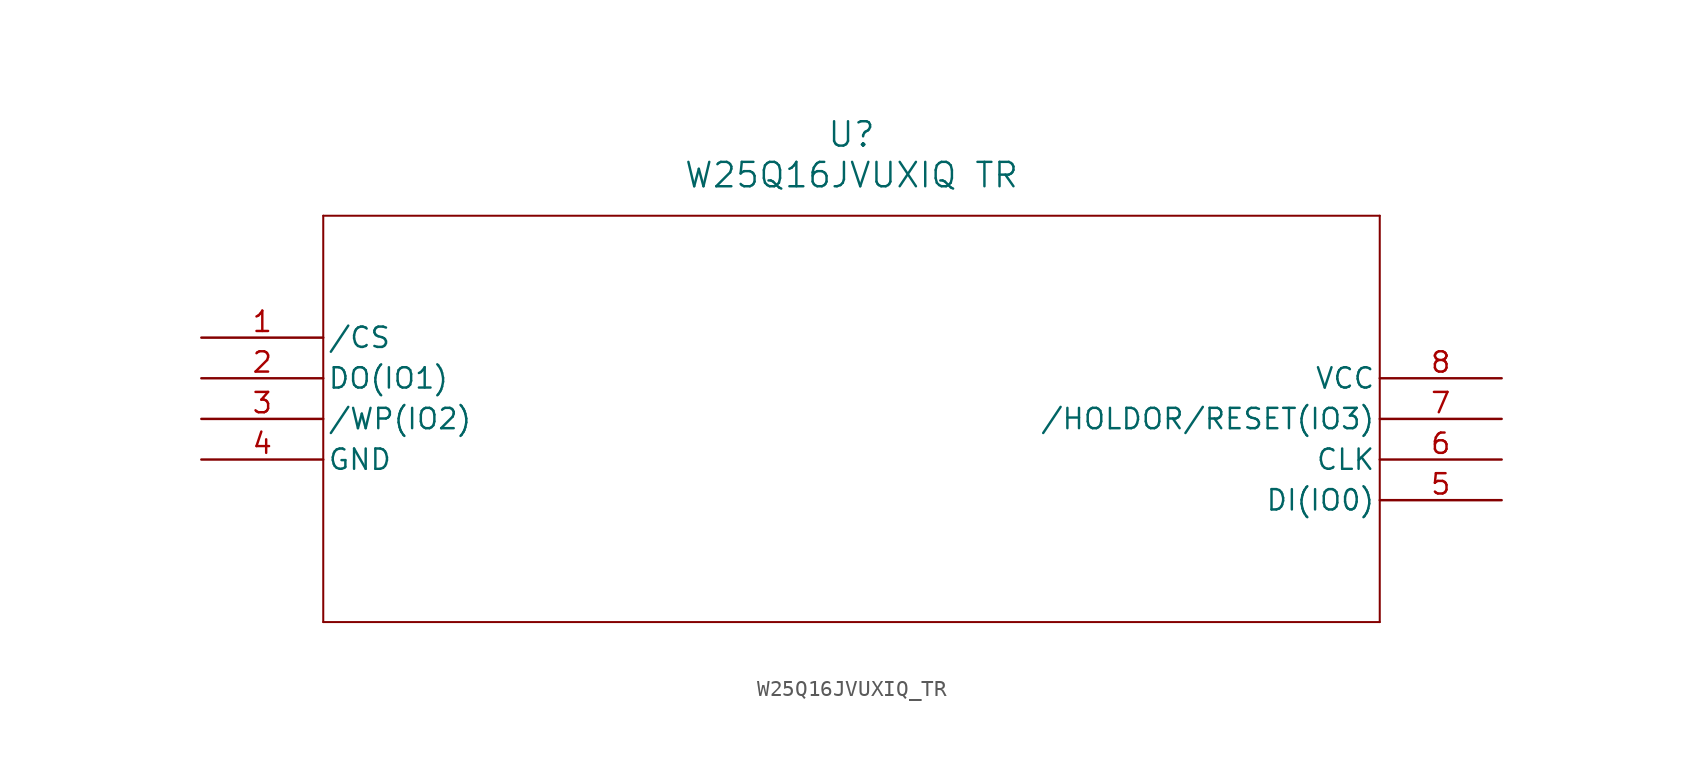
<source format=kicad_sym>
(kicad_symbol_lib
  (version 20231120)
  (generator "kicad_symbol_editor")
  (generator_version "8.0")
  (symbol "W25Q16JVUXIQ_TR"
    (pin_names
      (offset 0.254))
    (property "Reference" "U"
      (at 40.64 12.7 0)
      (effects (font (size 1.524 1.524))))
    (property "Value" "W25Q16JVUXIQ TR"
      (at 40.64 10.16 0)
      (effects (font (size 1.524 1.524))))
    (property "ki_locked" ""
      (at 0 0 0)
      (effects (font (size 1.27 1.27))))
    (symbol "W25Q16JVUXIQ_TR_0_1"
      (polyline (pts (xy 7.62 -17.78) (xy 73.66 -17.78)) (stroke (width 0.127) (type default)) (fill (type none)))
      (polyline (pts (xy 7.62 7.62) (xy 7.62 -17.78)) (stroke (width 0.127) (type default)) (fill (type none)))
      (polyline (pts (xy 73.66 -17.78) (xy 73.66 7.62)) (stroke (width 0.127) (type default)) (fill (type none)))
      (polyline (pts (xy 73.66 7.62) (xy 7.62 7.62)) (stroke (width 0.127) (type default)) (fill (type none)))
      (pin unspecified line (at 0 0 0) (length 7.62) (name "/CS" (effects (font (size 1.27 1.27)))) (number "1" (effects (font (size 1.27 1.27)))))
      (pin unspecified line (at 0 -2.54 0) (length 7.62) (name "DO(IO1)" (effects (font (size 1.27 1.27)))) (number "2" (effects (font (size 1.27 1.27)))))
      (pin unspecified line (at 0 -5.08 0) (length 7.62) (name "/WP(IO2)" (effects (font (size 1.27 1.27)))) (number "3" (effects (font (size 1.27 1.27)))))
      (pin unspecified line (at 0 -7.62 0) (length 7.62) (name "GND" (effects (font (size 1.27 1.27)))) (number "4" (effects (font (size 1.27 1.27)))))
      (pin unspecified line (at 81.28 -10.16 180) (length 7.62) (name "DI(IO0)" (effects (font (size 1.27 1.27)))) (number "5" (effects (font (size 1.27 1.27)))))
      (pin unspecified line (at 81.28 -7.62 180) (length 7.62) (name "CLK" (effects (font (size 1.27 1.27)))) (number "6" (effects (font (size 1.27 1.27)))))
      (pin unspecified line (at 81.28 -5.08 180) (length 7.62) (name "/HOLDOR/RESET(IO3)" (effects (font (size 1.27 1.27)))) (number "7" (effects (font (size 1.27 1.27)))))
      (pin unspecified line (at 81.28 -2.54 180) (length 7.62) (name "VCC" (effects (font (size 1.27 1.27)))) (number "8" (effects (font (size 1.27 1.27))))))))
</source>
